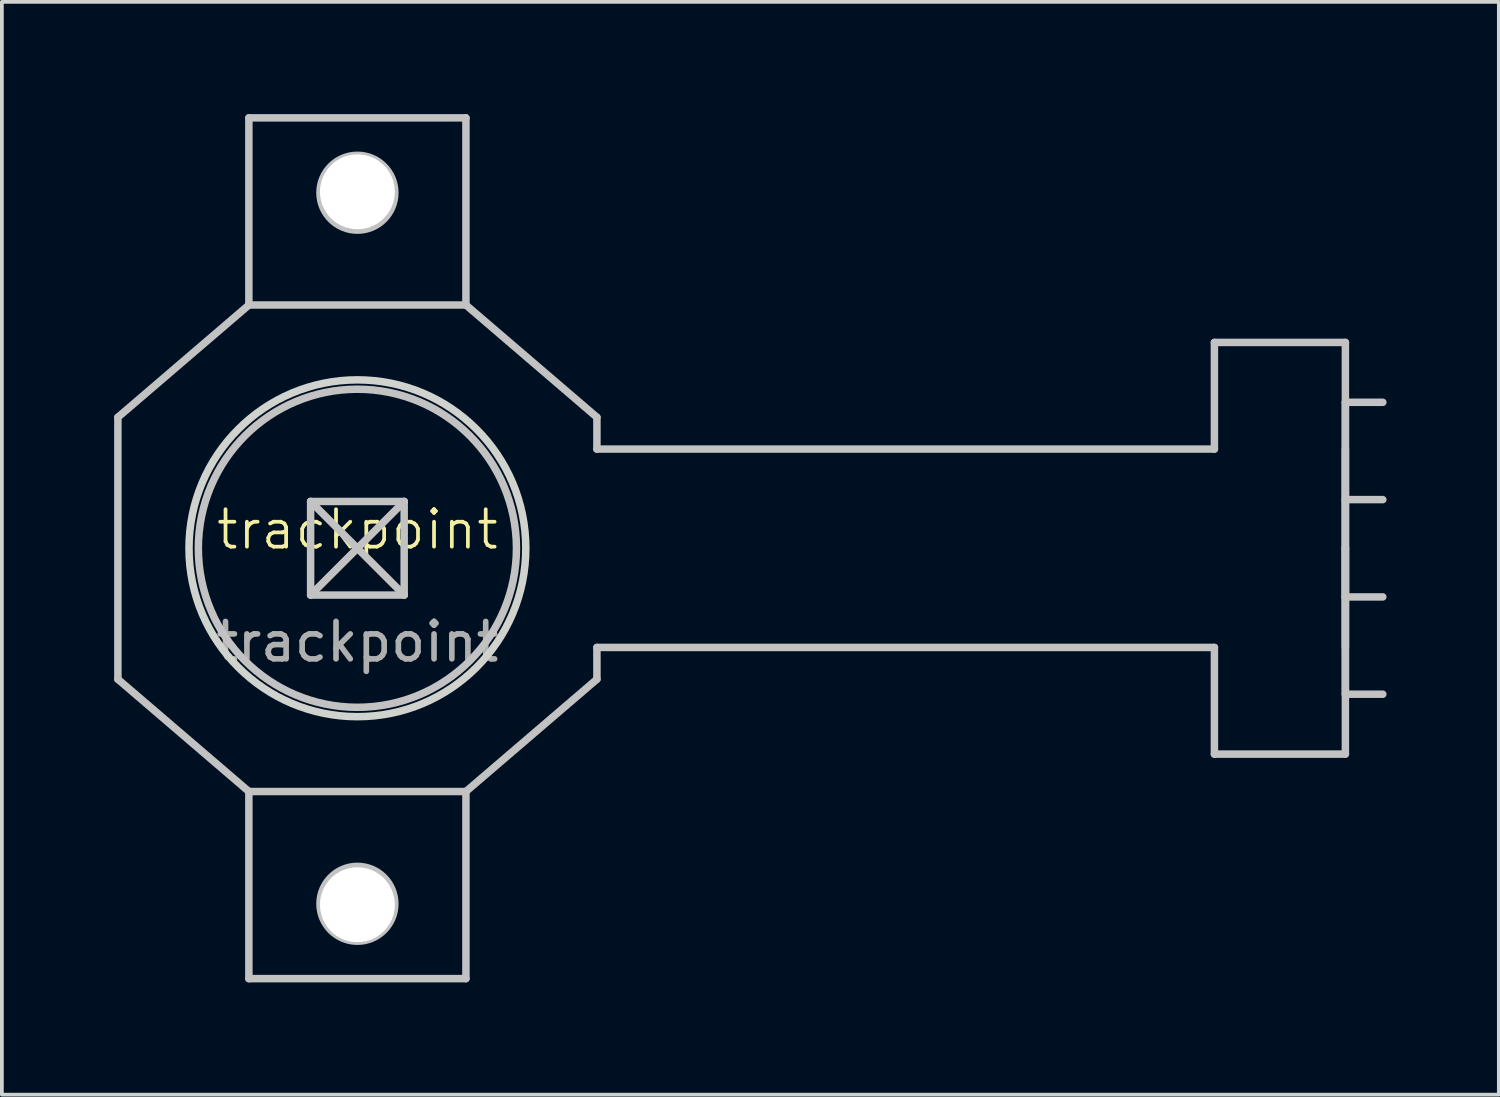
<source format=kicad_pcb>
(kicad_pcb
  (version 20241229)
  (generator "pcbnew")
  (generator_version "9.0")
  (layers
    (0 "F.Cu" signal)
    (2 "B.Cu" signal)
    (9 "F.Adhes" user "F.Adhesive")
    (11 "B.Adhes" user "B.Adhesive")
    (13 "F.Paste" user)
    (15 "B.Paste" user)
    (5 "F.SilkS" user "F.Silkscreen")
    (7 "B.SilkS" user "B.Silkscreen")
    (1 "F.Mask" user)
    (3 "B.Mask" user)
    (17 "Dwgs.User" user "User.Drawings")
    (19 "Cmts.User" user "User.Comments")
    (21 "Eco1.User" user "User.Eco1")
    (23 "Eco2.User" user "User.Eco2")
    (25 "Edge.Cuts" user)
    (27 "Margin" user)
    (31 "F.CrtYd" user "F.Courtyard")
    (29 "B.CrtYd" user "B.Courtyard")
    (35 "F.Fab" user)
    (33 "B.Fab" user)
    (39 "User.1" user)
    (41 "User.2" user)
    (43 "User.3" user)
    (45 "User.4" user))
  (footprint "trackpoint"
    (layer "F.Cu")
    (at 6.5 11.6)
    (property "Reference" "trackpoint" (at 0 -0.5 0) (unlocked yes) (layer "F.SilkS") (effects (font (size 1 1) (thickness 0.1))))
    (attr smd)
    (fp_line (start -6.4 -3.5) (end -6.4 3.5) (stroke (width 0.2) (type solid)) (layer "Dwgs.User"))
    (fp_line (start -2.9 -11.5) (end -2.9 -6.5) (stroke (width 0.2) (type solid)) (layer "Dwgs.User"))
    (fp_line (start -2.9 -6.5) (end -6.4 -3.5) (stroke (width 0.2) (type solid)) (layer "Dwgs.User"))
    (fp_line (start -2.9 -6.5) (end 2.9 -6.5) (stroke (width 0.2) (type solid)) (layer "Dwgs.User"))
    (fp_line (start -2.9 6.5) (end -6.4 3.5) (stroke (width 0.2) (type solid)) (layer "Dwgs.User"))
    (fp_line (start -2.9 6.5) (end -2.9 11.5) (stroke (width 0.2) (type solid)) (layer "Dwgs.User"))
    (fp_line (start -2.9 11.5) (end 2.9 11.5) (stroke (width 0.2) (type solid)) (layer "Dwgs.User"))
    (fp_line (start -1.25 -1.25) (end -1.25 1.25) (stroke (width 0.2) (type solid)) (layer "Dwgs.User"))
    (fp_line (start -1.25 1.25) (end 1.25 1.25) (stroke (width 0.2) (type solid)) (layer "Dwgs.User"))
    (fp_line (start 1.25 -1.25) (end -1.25 -1.25) (stroke (width 0.2) (type solid)) (layer "Dwgs.User"))
    (fp_line (start 1.25 -1.25) (end -1.25 1.25) (stroke (width 0.2) (type solid)) (layer "Dwgs.User"))
    (fp_line (start 1.25 1.25) (end -1.25 -1.25) (stroke (width 0.2) (type solid)) (layer "Dwgs.User"))
    (fp_line (start 1.25 1.25) (end 1.25 -1.25) (stroke (width 0.2) (type solid)) (layer "Dwgs.User"))
    (fp_line (start 2.9 -11.5) (end -2.9 -11.5) (stroke (width 0.2) (type solid)) (layer "Dwgs.User"))
    (fp_line (start 2.9 -6.5) (end 2.9 -11.5) (stroke (width 0.2) (type solid)) (layer "Dwgs.User"))
    (fp_line (start 2.9 -6.5) (end 6.4 -3.5) (stroke (width 0.2) (type solid)) (layer "Dwgs.User"))
    (fp_line (start 2.9 6.5) (end -2.9 6.5) (stroke (width 0.2) (type solid)) (layer "Dwgs.User"))
    (fp_line (start 2.9 6.5) (end 6.4 3.5) (stroke (width 0.2) (type solid)) (layer "Dwgs.User"))
    (fp_line (start 2.9 11.5) (end 2.9 6.5) (stroke (width 0.2) (type solid)) (layer "Dwgs.User"))
    (fp_line (start 6.4 -3.5) (end 6.4 -2.65) (stroke (width 0.2) (type solid)) (layer "Dwgs.User"))
    (fp_line (start 6.4 2.65) (end 6.4 3.5) (stroke (width 0.2) (type solid)) (layer "Dwgs.User"))
    (fp_line (start 22.9 -5.5) (end 22.9 -2.65) (stroke (width 0.2) (type solid)) (layer "Dwgs.User"))
    (fp_line (start 22.9 -2.65) (end 6.4 -2.65) (stroke (width 0.2) (type solid)) (layer "Dwgs.User"))
    (fp_line (start 22.9 2.65) (end 6.4 2.65) (stroke (width 0.2) (type solid)) (layer "Dwgs.User"))
    (fp_line (start 22.9 2.65) (end 22.9 5.5) (stroke (width 0.2) (type solid)) (layer "Dwgs.User"))
    (fp_line (start 22.9 5.5) (end 26.4 5.5) (stroke (width 0.2) (type solid)) (layer "Dwgs.User"))
    (fp_line (start 26.4 -5.5) (end 22.9 -5.5) (stroke (width 0.2) (type solid)) (layer "Dwgs.User"))
    (fp_line (start 26.4 -3.9) (end 27.4 -3.9) (stroke (width 0.2) (type solid)) (layer "Dwgs.User"))
    (fp_line (start 26.4 -1.3) (end 26.4 -3.9) (stroke (width 0.2) (type solid)) (layer "Dwgs.User"))
    (fp_line (start 26.4 -1.3) (end 27.4 -1.3) (stroke (width 0.2) (type solid)) (layer "Dwgs.User"))
    (fp_line (start 26.4 0) (end 26.4 -5.5) (stroke (width 0.2) (type solid)) (layer "Dwgs.User"))
    (fp_line (start 26.4 0) (end 26.4 -2.65) (stroke (width 0.2) (type solid)) (layer "Dwgs.User"))
    (fp_line (start 26.4 0) (end 26.4 1.3) (stroke (width 0.2) (type solid)) (layer "Dwgs.User"))
    (fp_line (start 26.4 0) (end 26.4 2.65) (stroke (width 0.2) (type solid)) (layer "Dwgs.User"))
    (fp_line (start 26.4 0) (end 26.4 5.5) (stroke (width 0.2) (type solid)) (layer "Dwgs.User"))
    (fp_line (start 26.4 1.3) (end 26.4 -1.3) (stroke (width 0.2) (type solid)) (layer "Dwgs.User"))
    (fp_line (start 26.4 1.3) (end 26.4 3.9) (stroke (width 0.2) (type solid)) (layer "Dwgs.User"))
    (fp_line (start 26.4 1.3) (end 27.4 1.3) (stroke (width 0.2) (type solid)) (layer "Dwgs.User"))
    (fp_line (start 26.4 3.9) (end 27.4 3.9) (stroke (width 0.2) (type solid)) (layer "Dwgs.User"))
    (fp_circle (center 0 -9.5) (end 1 -9.5) (stroke (width 0.2) (type solid)) (fill no) (layer "Dwgs.User"))
    (fp_circle (center 0 0) (end 4.25 0) (stroke (width 0.2) (type solid)) (fill no) (layer "Dwgs.User"))
    (fp_circle (center 0 9.5) (end 1 9.5) (stroke (width 0.2) (type solid)) (fill no) (layer "Dwgs.User"))
    (fp_circle (center 0 0) (end 4.5 0) (stroke (width 0.2) (type default)) (fill no) (layer "Edge.Cuts"))
    (fp_text user "${REFERENCE}" (at 0 2.5 0) (unlocked yes) (layer "F.Fab") (effects (font (size 1 1) (thickness 0.15))))
    (pad "" np_thru_hole circle (at 0 -9.525) (size 2 2) (drill 2) (layers "*.Cu" "*.Mask"))
    (pad "" np_thru_hole circle (at 0 9.525) (size 2 2) (drill 2) (layers "*.Cu" "*.Mask")))
  (gr_rect
    (start -3 -3)
    (end 37 26.2)
    (stroke (width 0.1) (type default))
    (fill no)
    (layer "Edge.Cuts")))
</source>
